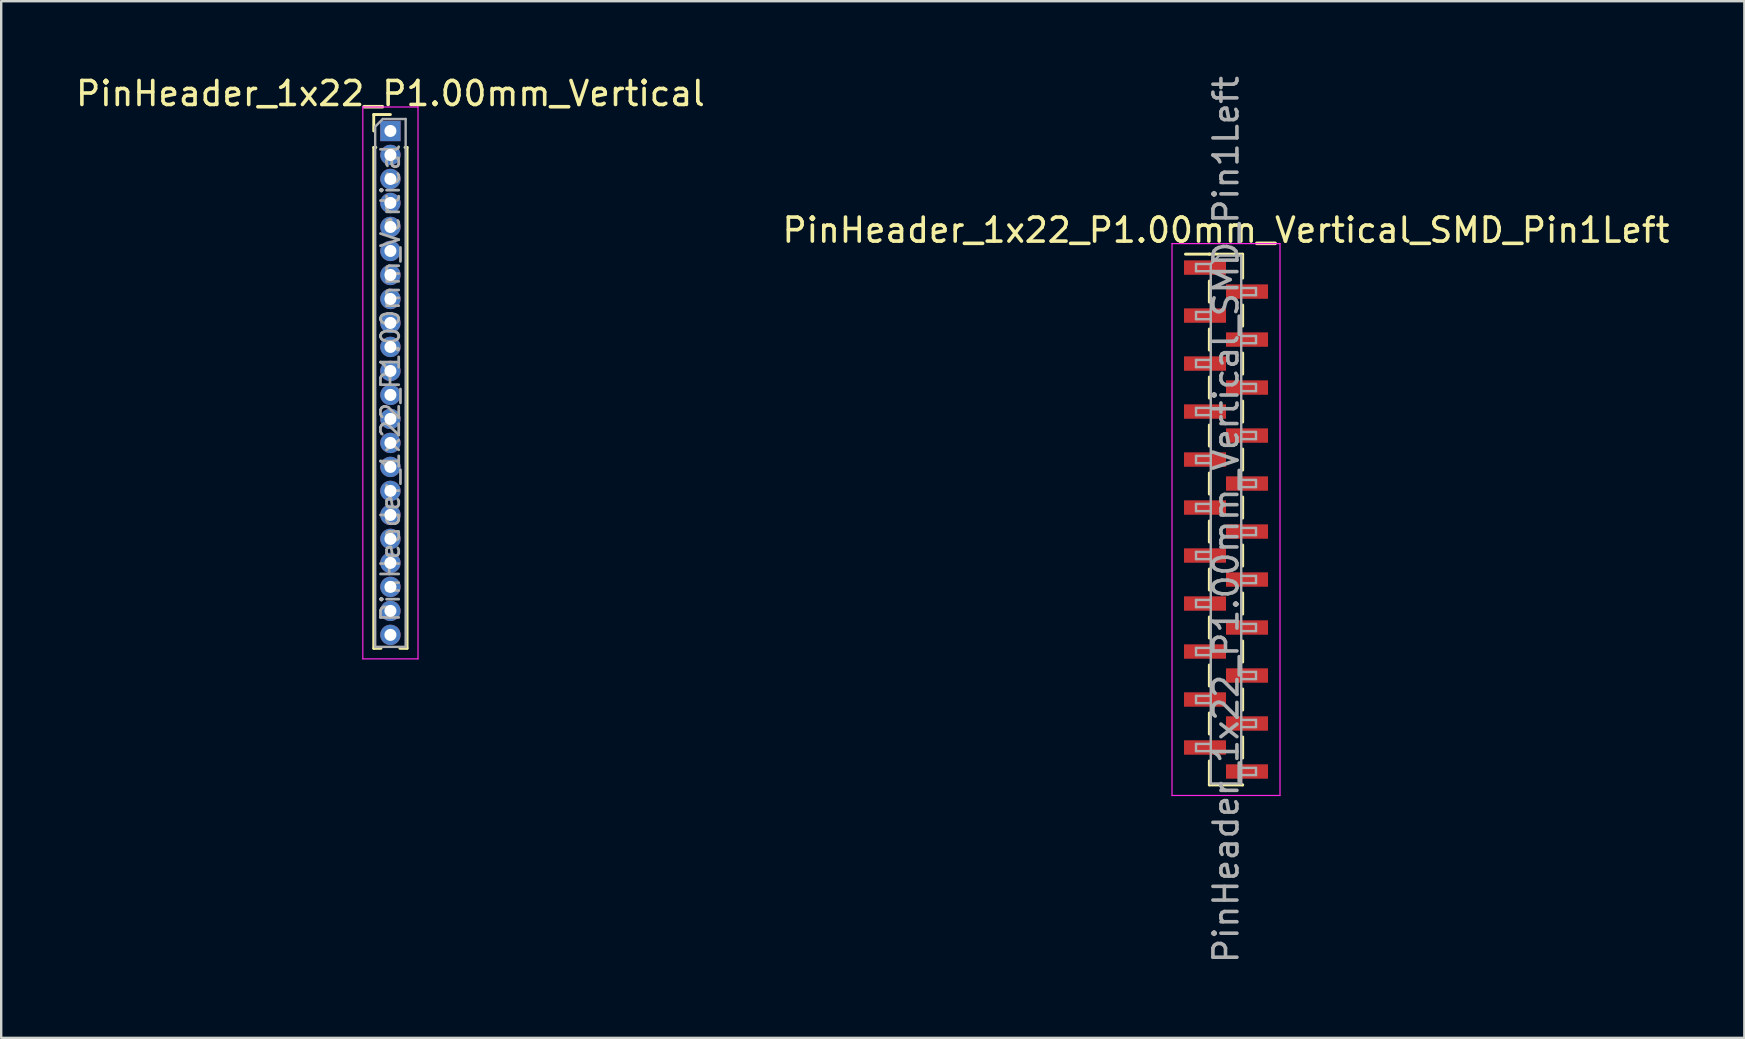
<source format=kicad_pcb>
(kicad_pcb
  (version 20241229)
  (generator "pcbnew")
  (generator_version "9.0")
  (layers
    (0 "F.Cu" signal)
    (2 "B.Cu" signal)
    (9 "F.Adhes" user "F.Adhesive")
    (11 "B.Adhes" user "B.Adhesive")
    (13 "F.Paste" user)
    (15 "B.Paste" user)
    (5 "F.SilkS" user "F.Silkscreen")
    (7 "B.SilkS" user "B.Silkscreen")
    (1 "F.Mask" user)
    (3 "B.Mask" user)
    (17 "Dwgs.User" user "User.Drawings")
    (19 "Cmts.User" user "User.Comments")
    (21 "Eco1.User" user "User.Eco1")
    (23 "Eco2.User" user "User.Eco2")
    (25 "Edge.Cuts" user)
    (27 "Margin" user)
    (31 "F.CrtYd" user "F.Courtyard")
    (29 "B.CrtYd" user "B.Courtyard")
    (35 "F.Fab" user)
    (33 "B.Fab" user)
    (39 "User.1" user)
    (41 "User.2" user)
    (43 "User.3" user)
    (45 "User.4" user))
  (footprint "PinHeader_1x22_P1.00mm_Vertical"
    (layer "F.Cu")
    (at 13.22 2.408)
    (property "Reference" "PinHeader_1x22_P1.00mm_Vertical" (at 0 -1.56 0) (layer "F.SilkS") (effects (font (size 1 1) (thickness 0.15))))
    (attr through_hole)
    (fp_line (start -0.695 -0.685) (end 0 -0.685) (stroke (width 0.12) (type solid)) (layer "F.SilkS"))
    (fp_line (start -0.695 0) (end -0.695 -0.685) (stroke (width 0.12) (type solid)) (layer "F.SilkS"))
    (fp_line (start -0.695 0.685) (end -0.695 21.56) (stroke (width 0.12) (type solid)) (layer "F.SilkS"))
    (fp_line (start -0.695 0.685) (end -0.608 0.685) (stroke (width 0.12) (type solid)) (layer "F.SilkS"))
    (fp_line (start -0.695 21.56) (end -0.394 21.56) (stroke (width 0.12) (type solid)) (layer "F.SilkS"))
    (fp_line (start 0.394 21.56) (end 0.695 21.56) (stroke (width 0.12) (type solid)) (layer "F.SilkS"))
    (fp_line (start 0.608 0.685) (end 0.695 0.685) (stroke (width 0.12) (type solid)) (layer "F.SilkS"))
    (fp_line (start 0.695 0.685) (end 0.695 21.56) (stroke (width 0.12) (type solid)) (layer "F.SilkS"))
    (fp_line (start -1.15 -1) (end -1.15 22) (stroke (width 0.05) (type solid)) (layer "F.CrtYd"))
    (fp_line (start -1.15 22) (end 1.15 22) (stroke (width 0.05) (type solid)) (layer "F.CrtYd"))
    (fp_line (start 1.15 -1) (end -1.15 -1) (stroke (width 0.05) (type solid)) (layer "F.CrtYd"))
    (fp_line (start 1.15 22) (end 1.15 -1) (stroke (width 0.05) (type solid)) (layer "F.CrtYd"))
    (fp_line (start -0.635 -0.182) (end -0.318 -0.5) (stroke (width 0.1) (type solid)) (layer "F.Fab"))
    (fp_line (start -0.635 21.5) (end -0.635 -0.182) (stroke (width 0.1) (type solid)) (layer "F.Fab"))
    (fp_line (start -0.318 -0.5) (end 0.635 -0.5) (stroke (width 0.1) (type solid)) (layer "F.Fab"))
    (fp_line (start 0.635 -0.5) (end 0.635 21.5) (stroke (width 0.1) (type solid)) (layer "F.Fab"))
    (fp_line (start 0.635 21.5) (end -0.635 21.5) (stroke (width 0.1) (type solid)) (layer "F.Fab"))
    (fp_text user "${REFERENCE}" (at 0 10.5 90) (layer "F.Fab") (effects (font (size 0.76 0.76) (thickness 0.114))))
    (pad "1" thru_hole rect (at 0 0) (size 0.85 0.85) (drill 0.5) (layers "*.Cu" "*.Mask"))
    (pad "2" thru_hole oval (at 0 1) (size 0.85 0.85) (drill 0.5) (layers "*.Cu" "*.Mask"))
    (pad "3" thru_hole oval (at 0 2) (size 0.85 0.85) (drill 0.5) (layers "*.Cu" "*.Mask"))
    (pad "4" thru_hole oval (at 0 3) (size 0.85 0.85) (drill 0.5) (layers "*.Cu" "*.Mask"))
    (pad "5" thru_hole oval (at 0 4) (size 0.85 0.85) (drill 0.5) (layers "*.Cu" "*.Mask"))
    (pad "6" thru_hole oval (at 0 5) (size 0.85 0.85) (drill 0.5) (layers "*.Cu" "*.Mask"))
    (pad "7" thru_hole oval (at 0 6) (size 0.85 0.85) (drill 0.5) (layers "*.Cu" "*.Mask"))
    (pad "8" thru_hole oval (at 0 7) (size 0.85 0.85) (drill 0.5) (layers "*.Cu" "*.Mask"))
    (pad "9" thru_hole oval (at 0 8) (size 0.85 0.85) (drill 0.5) (layers "*.Cu" "*.Mask"))
    (pad "10" thru_hole oval (at 0 9) (size 0.85 0.85) (drill 0.5) (layers "*.Cu" "*.Mask"))
    (pad "11" thru_hole oval (at 0 10) (size 0.85 0.85) (drill 0.5) (layers "*.Cu" "*.Mask"))
    (pad "12" thru_hole oval (at 0 11) (size 0.85 0.85) (drill 0.5) (layers "*.Cu" "*.Mask"))
    (pad "13" thru_hole oval (at 0 12) (size 0.85 0.85) (drill 0.5) (layers "*.Cu" "*.Mask"))
    (pad "14" thru_hole oval (at 0 13) (size 0.85 0.85) (drill 0.5) (layers "*.Cu" "*.Mask"))
    (pad "15" thru_hole oval (at 0 14) (size 0.85 0.85) (drill 0.5) (layers "*.Cu" "*.Mask"))
    (pad "16" thru_hole oval (at 0 15) (size 0.85 0.85) (drill 0.5) (layers "*.Cu" "*.Mask"))
    (pad "17" thru_hole oval (at 0 16) (size 0.85 0.85) (drill 0.5) (layers "*.Cu" "*.Mask"))
    (pad "18" thru_hole oval (at 0 17) (size 0.85 0.85) (drill 0.5) (layers "*.Cu" "*.Mask"))
    (pad "19" thru_hole oval (at 0 18) (size 0.85 0.85) (drill 0.5) (layers "*.Cu" "*.Mask"))
    (pad "20" thru_hole oval (at 0 19) (size 0.85 0.85) (drill 0.5) (layers "*.Cu" "*.Mask"))
    (pad "21" thru_hole oval (at 0 20) (size 0.85 0.85) (drill 0.5) (layers "*.Cu" "*.Mask"))
    (pad "22" thru_hole oval (at 0 21) (size 0.85 0.85) (drill 0.5) (layers "*.Cu" "*.Mask")))
  (footprint "PinHeader_1x22_P1.00mm_Vertical_SMD_Pin1Left"
    (layer "F.Cu")
    (at 48.042 18.601)
    (property "Reference" "PinHeader_1x22_P1.00mm_Vertical_SMD_Pin1Left" (at 0 -12.06 0) (layer "F.SilkS") (effects (font (size 1 1) (thickness 0.15))))
    (attr smd)
    (fp_line (start -0.695 -11.06) (end -1.69 -11.06) (stroke (width 0.12) (type solid)) (layer "F.SilkS"))
    (fp_line (start -0.695 -11.06) (end -0.695 -11.06) (stroke (width 0.12) (type solid)) (layer "F.SilkS"))
    (fp_line (start -0.695 -11.06) (end 0.695 -11.06) (stroke (width 0.12) (type solid)) (layer "F.SilkS"))
    (fp_line (start -0.695 -9.94) (end -0.695 -9.06) (stroke (width 0.12) (type solid)) (layer "F.SilkS"))
    (fp_line (start -0.695 -7.94) (end -0.695 -7.06) (stroke (width 0.12) (type solid)) (layer "F.SilkS"))
    (fp_line (start -0.695 -5.94) (end -0.695 -5.06) (stroke (width 0.12) (type solid)) (layer "F.SilkS"))
    (fp_line (start -0.695 -3.94) (end -0.695 -3.06) (stroke (width 0.12) (type solid)) (layer "F.SilkS"))
    (fp_line (start -0.695 -1.94) (end -0.695 -1.06) (stroke (width 0.12) (type solid)) (layer "F.SilkS"))
    (fp_line (start -0.695 0.06) (end -0.695 0.94) (stroke (width 0.12) (type solid)) (layer "F.SilkS"))
    (fp_line (start -0.695 2.06) (end -0.695 2.94) (stroke (width 0.12) (type solid)) (layer "F.SilkS"))
    (fp_line (start -0.695 4.06) (end -0.695 4.94) (stroke (width 0.12) (type solid)) (layer "F.SilkS"))
    (fp_line (start -0.695 6.06) (end -0.695 6.94) (stroke (width 0.12) (type solid)) (layer "F.SilkS"))
    (fp_line (start -0.695 8.06) (end -0.695 8.94) (stroke (width 0.12) (type solid)) (layer "F.SilkS"))
    (fp_line (start -0.695 10.06) (end -0.695 11.06) (stroke (width 0.12) (type solid)) (layer "F.SilkS"))
    (fp_line (start -0.695 11.06) (end 0.695 11.06) (stroke (width 0.12) (type solid)) (layer "F.SilkS"))
    (fp_line (start 0.695 -11.06) (end 0.695 -10.06) (stroke (width 0.12) (type solid)) (layer "F.SilkS"))
    (fp_line (start 0.695 -8.94) (end 0.695 -8.06) (stroke (width 0.12) (type solid)) (layer "F.SilkS"))
    (fp_line (start 0.695 -6.94) (end 0.695 -6.06) (stroke (width 0.12) (type solid)) (layer "F.SilkS"))
    (fp_line (start 0.695 -4.94) (end 0.695 -4.06) (stroke (width 0.12) (type solid)) (layer "F.SilkS"))
    (fp_line (start 0.695 -2.94) (end 0.695 -2.06) (stroke (width 0.12) (type solid)) (layer "F.SilkS"))
    (fp_line (start 0.695 -0.94) (end 0.695 -0.06) (stroke (width 0.12) (type solid)) (layer "F.SilkS"))
    (fp_line (start 0.695 1.06) (end 0.695 1.94) (stroke (width 0.12) (type solid)) (layer "F.SilkS"))
    (fp_line (start 0.695 3.06) (end 0.695 3.94) (stroke (width 0.12) (type solid)) (layer "F.SilkS"))
    (fp_line (start 0.695 5.06) (end 0.695 5.94) (stroke (width 0.12) (type solid)) (layer "F.SilkS"))
    (fp_line (start 0.695 7.06) (end 0.695 7.94) (stroke (width 0.12) (type solid)) (layer "F.SilkS"))
    (fp_line (start 0.695 9.06) (end 0.695 9.94) (stroke (width 0.12) (type solid)) (layer "F.SilkS"))
    (fp_line (start 0.695 11.06) (end 0.695 11.06) (stroke (width 0.12) (type solid)) (layer "F.SilkS"))
    (fp_line (start -2.25 -11.5) (end -2.25 11.5) (stroke (width 0.05) (type solid)) (layer "F.CrtYd"))
    (fp_line (start -2.25 11.5) (end 2.25 11.5) (stroke (width 0.05) (type solid)) (layer "F.CrtYd"))
    (fp_line (start 2.25 -11.5) (end -2.25 -11.5) (stroke (width 0.05) (type solid)) (layer "F.CrtYd"))
    (fp_line (start 2.25 11.5) (end 2.25 -11.5) (stroke (width 0.05) (type solid)) (layer "F.CrtYd"))
    (fp_line (start -1.25 -10.65) (end -1.25 -10.35) (stroke (width 0.1) (type solid)) (layer "F.Fab"))
    (fp_line (start -1.25 -10.35) (end -0.635 -10.35) (stroke (width 0.1) (type solid)) (layer "F.Fab"))
    (fp_line (start -1.25 -8.65) (end -1.25 -8.35) (stroke (width 0.1) (type solid)) (layer "F.Fab"))
    (fp_line (start -1.25 -8.35) (end -0.635 -8.35) (stroke (width 0.1) (type solid)) (layer "F.Fab"))
    (fp_line (start -1.25 -6.65) (end -1.25 -6.35) (stroke (width 0.1) (type solid)) (layer "F.Fab"))
    (fp_line (start -1.25 -6.35) (end -0.635 -6.35) (stroke (width 0.1) (type solid)) (layer "F.Fab"))
    (fp_line (start -1.25 -4.65) (end -1.25 -4.35) (stroke (width 0.1) (type solid)) (layer "F.Fab"))
    (fp_line (start -1.25 -4.35) (end -0.635 -4.35) (stroke (width 0.1) (type solid)) (layer "F.Fab"))
    (fp_line (start -1.25 -2.65) (end -1.25 -2.35) (stroke (width 0.1) (type solid)) (layer "F.Fab"))
    (fp_line (start -1.25 -2.35) (end -0.635 -2.35) (stroke (width 0.1) (type solid)) (layer "F.Fab"))
    (fp_line (start -1.25 -0.65) (end -1.25 -0.35) (stroke (width 0.1) (type solid)) (layer "F.Fab"))
    (fp_line (start -1.25 -0.35) (end -0.635 -0.35) (stroke (width 0.1) (type solid)) (layer "F.Fab"))
    (fp_line (start -1.25 1.35) (end -1.25 1.65) (stroke (width 0.1) (type solid)) (layer "F.Fab"))
    (fp_line (start -1.25 1.65) (end -0.635 1.65) (stroke (width 0.1) (type solid)) (layer "F.Fab"))
    (fp_line (start -1.25 3.35) (end -1.25 3.65) (stroke (width 0.1) (type solid)) (layer "F.Fab"))
    (fp_line (start -1.25 3.65) (end -0.635 3.65) (stroke (width 0.1) (type solid)) (layer "F.Fab"))
    (fp_line (start -1.25 5.35) (end -1.25 5.65) (stroke (width 0.1) (type solid)) (layer "F.Fab"))
    (fp_line (start -1.25 5.65) (end -0.635 5.65) (stroke (width 0.1) (type solid)) (layer "F.Fab"))
    (fp_line (start -1.25 7.35) (end -1.25 7.65) (stroke (width 0.1) (type solid)) (layer "F.Fab"))
    (fp_line (start -1.25 7.65) (end -0.635 7.65) (stroke (width 0.1) (type solid)) (layer "F.Fab"))
    (fp_line (start -1.25 9.35) (end -1.25 9.65) (stroke (width 0.1) (type solid)) (layer "F.Fab"))
    (fp_line (start -1.25 9.65) (end -0.635 9.65) (stroke (width 0.1) (type solid)) (layer "F.Fab"))
    (fp_line (start -0.635 -10.65) (end -1.25 -10.65) (stroke (width 0.1) (type solid)) (layer "F.Fab"))
    (fp_line (start -0.635 -10.65) (end -0.285 -11) (stroke (width 0.1) (type solid)) (layer "F.Fab"))
    (fp_line (start -0.635 -8.65) (end -1.25 -8.65) (stroke (width 0.1) (type solid)) (layer "F.Fab"))
    (fp_line (start -0.635 -6.65) (end -1.25 -6.65) (stroke (width 0.1) (type solid)) (layer "F.Fab"))
    (fp_line (start -0.635 -4.65) (end -1.25 -4.65) (stroke (width 0.1) (type solid)) (layer "F.Fab"))
    (fp_line (start -0.635 -2.65) (end -1.25 -2.65) (stroke (width 0.1) (type solid)) (layer "F.Fab"))
    (fp_line (start -0.635 -0.65) (end -1.25 -0.65) (stroke (width 0.1) (type solid)) (layer "F.Fab"))
    (fp_line (start -0.635 1.35) (end -1.25 1.35) (stroke (width 0.1) (type solid)) (layer "F.Fab"))
    (fp_line (start -0.635 3.35) (end -1.25 3.35) (stroke (width 0.1) (type solid)) (layer "F.Fab"))
    (fp_line (start -0.635 5.35) (end -1.25 5.35) (stroke (width 0.1) (type solid)) (layer "F.Fab"))
    (fp_line (start -0.635 7.35) (end -1.25 7.35) (stroke (width 0.1) (type solid)) (layer "F.Fab"))
    (fp_line (start -0.635 9.35) (end -1.25 9.35) (stroke (width 0.1) (type solid)) (layer "F.Fab"))
    (fp_line (start -0.635 11) (end -0.635 -10.65) (stroke (width 0.1) (type solid)) (layer "F.Fab"))
    (fp_line (start -0.285 -11) (end 0.635 -11) (stroke (width 0.1) (type solid)) (layer "F.Fab"))
    (fp_line (start 0.635 -11) (end 0.635 11) (stroke (width 0.1) (type solid)) (layer "F.Fab"))
    (fp_line (start 0.635 -9.65) (end 1.25 -9.65) (stroke (width 0.1) (type solid)) (layer "F.Fab"))
    (fp_line (start 0.635 -7.65) (end 1.25 -7.65) (stroke (width 0.1) (type solid)) (layer "F.Fab"))
    (fp_line (start 0.635 -5.65) (end 1.25 -5.65) (stroke (width 0.1) (type solid)) (layer "F.Fab"))
    (fp_line (start 0.635 -3.65) (end 1.25 -3.65) (stroke (width 0.1) (type solid)) (layer "F.Fab"))
    (fp_line (start 0.635 -1.65) (end 1.25 -1.65) (stroke (width 0.1) (type solid)) (layer "F.Fab"))
    (fp_line (start 0.635 0.35) (end 1.25 0.35) (stroke (width 0.1) (type solid)) (layer "F.Fab"))
    (fp_line (start 0.635 2.35) (end 1.25 2.35) (stroke (width 0.1) (type solid)) (layer "F.Fab"))
    (fp_line (start 0.635 4.35) (end 1.25 4.35) (stroke (width 0.1) (type solid)) (layer "F.Fab"))
    (fp_line (start 0.635 6.35) (end 1.25 6.35) (stroke (width 0.1) (type solid)) (layer "F.Fab"))
    (fp_line (start 0.635 8.35) (end 1.25 8.35) (stroke (width 0.1) (type solid)) (layer "F.Fab"))
    (fp_line (start 0.635 10.35) (end 1.25 10.35) (stroke (width 0.1) (type solid)) (layer "F.Fab"))
    (fp_line (start 0.635 11) (end -0.635 11) (stroke (width 0.1) (type solid)) (layer "F.Fab"))
    (fp_line (start 1.25 -9.65) (end 1.25 -9.35) (stroke (width 0.1) (type solid)) (layer "F.Fab"))
    (fp_line (start 1.25 -9.35) (end 0.635 -9.35) (stroke (width 0.1) (type solid)) (layer "F.Fab"))
    (fp_line (start 1.25 -7.65) (end 1.25 -7.35) (stroke (width 0.1) (type solid)) (layer "F.Fab"))
    (fp_line (start 1.25 -7.35) (end 0.635 -7.35) (stroke (width 0.1) (type solid)) (layer "F.Fab"))
    (fp_line (start 1.25 -5.65) (end 1.25 -5.35) (stroke (width 0.1) (type solid)) (layer "F.Fab"))
    (fp_line (start 1.25 -5.35) (end 0.635 -5.35) (stroke (width 0.1) (type solid)) (layer "F.Fab"))
    (fp_line (start 1.25 -3.65) (end 1.25 -3.35) (stroke (width 0.1) (type solid)) (layer "F.Fab"))
    (fp_line (start 1.25 -3.35) (end 0.635 -3.35) (stroke (width 0.1) (type solid)) (layer "F.Fab"))
    (fp_line (start 1.25 -1.65) (end 1.25 -1.35) (stroke (width 0.1) (type solid)) (layer "F.Fab"))
    (fp_line (start 1.25 -1.35) (end 0.635 -1.35) (stroke (width 0.1) (type solid)) (layer "F.Fab"))
    (fp_line (start 1.25 0.35) (end 1.25 0.65) (stroke (width 0.1) (type solid)) (layer "F.Fab"))
    (fp_line (start 1.25 0.65) (end 0.635 0.65) (stroke (width 0.1) (type solid)) (layer "F.Fab"))
    (fp_line (start 1.25 2.35) (end 1.25 2.65) (stroke (width 0.1) (type solid)) (layer "F.Fab"))
    (fp_line (start 1.25 2.65) (end 0.635 2.65) (stroke (width 0.1) (type solid)) (layer "F.Fab"))
    (fp_line (start 1.25 4.35) (end 1.25 4.65) (stroke (width 0.1) (type solid)) (layer "F.Fab"))
    (fp_line (start 1.25 4.65) (end 0.635 4.65) (stroke (width 0.1) (type solid)) (layer "F.Fab"))
    (fp_line (start 1.25 6.35) (end 1.25 6.65) (stroke (width 0.1) (type solid)) (layer "F.Fab"))
    (fp_line (start 1.25 6.65) (end 0.635 6.65) (stroke (width 0.1) (type solid)) (layer "F.Fab"))
    (fp_line (start 1.25 8.35) (end 1.25 8.65) (stroke (width 0.1) (type solid)) (layer "F.Fab"))
    (fp_line (start 1.25 8.65) (end 0.635 8.65) (stroke (width 0.1) (type solid)) (layer "F.Fab"))
    (fp_line (start 1.25 10.35) (end 1.25 10.65) (stroke (width 0.1) (type solid)) (layer "F.Fab"))
    (fp_line (start 1.25 10.65) (end 0.635 10.65) (stroke (width 0.1) (type solid)) (layer "F.Fab"))
    (fp_text user "${REFERENCE}" (at 0 0 90) (layer "F.Fab") (effects (font (size 1 1) (thickness 0.15))))
    (pad "1" smd rect (at -0.875 -10.5) (size 1.75 0.6) (layers "F.Cu" "F.Mask" "F.Paste"))
    (pad "2" smd rect (at 0.875 -9.5) (size 1.75 0.6) (layers "F.Cu" "F.Mask" "F.Paste"))
    (pad "3" smd rect (at -0.875 -8.5) (size 1.75 0.6) (layers "F.Cu" "F.Mask" "F.Paste"))
    (pad "4" smd rect (at 0.875 -7.5) (size 1.75 0.6) (layers "F.Cu" "F.Mask" "F.Paste"))
    (pad "5" smd rect (at -0.875 -6.5) (size 1.75 0.6) (layers "F.Cu" "F.Mask" "F.Paste"))
    (pad "6" smd rect (at 0.875 -5.5) (size 1.75 0.6) (layers "F.Cu" "F.Mask" "F.Paste"))
    (pad "7" smd rect (at -0.875 -4.5) (size 1.75 0.6) (layers "F.Cu" "F.Mask" "F.Paste"))
    (pad "8" smd rect (at 0.875 -3.5) (size 1.75 0.6) (layers "F.Cu" "F.Mask" "F.Paste"))
    (pad "9" smd rect (at -0.875 -2.5) (size 1.75 0.6) (layers "F.Cu" "F.Mask" "F.Paste"))
    (pad "10" smd rect (at 0.875 -1.5) (size 1.75 0.6) (layers "F.Cu" "F.Mask" "F.Paste"))
    (pad "11" smd rect (at -0.875 -0.5) (size 1.75 0.6) (layers "F.Cu" "F.Mask" "F.Paste"))
    (pad "12" smd rect (at 0.875 0.5) (size 1.75 0.6) (layers "F.Cu" "F.Mask" "F.Paste"))
    (pad "13" smd rect (at -0.875 1.5) (size 1.75 0.6) (layers "F.Cu" "F.Mask" "F.Paste"))
    (pad "14" smd rect (at 0.875 2.5) (size 1.75 0.6) (layers "F.Cu" "F.Mask" "F.Paste"))
    (pad "15" smd rect (at -0.875 3.5) (size 1.75 0.6) (layers "F.Cu" "F.Mask" "F.Paste"))
    (pad "16" smd rect (at 0.875 4.5) (size 1.75 0.6) (layers "F.Cu" "F.Mask" "F.Paste"))
    (pad "17" smd rect (at -0.875 5.5) (size 1.75 0.6) (layers "F.Cu" "F.Mask" "F.Paste"))
    (pad "18" smd rect (at 0.875 6.5) (size 1.75 0.6) (layers "F.Cu" "F.Mask" "F.Paste"))
    (pad "19" smd rect (at -0.875 7.5) (size 1.75 0.6) (layers "F.Cu" "F.Mask" "F.Paste"))
    (pad "20" smd rect (at 0.875 8.5) (size 1.75 0.6) (layers "F.Cu" "F.Mask" "F.Paste"))
    (pad "21" smd rect (at -0.875 9.5) (size 1.75 0.6) (layers "F.Cu" "F.Mask" "F.Paste"))
    (pad "22" smd rect (at 0.875 10.5) (size 1.75 0.6) (layers "F.Cu" "F.Mask" "F.Paste")))
  (gr_rect
    (start -3 -3)
    (end 69.643 40.202)
    (stroke (width 0.1) (type default))
    (fill no)
    (layer "Edge.Cuts")))
</source>
